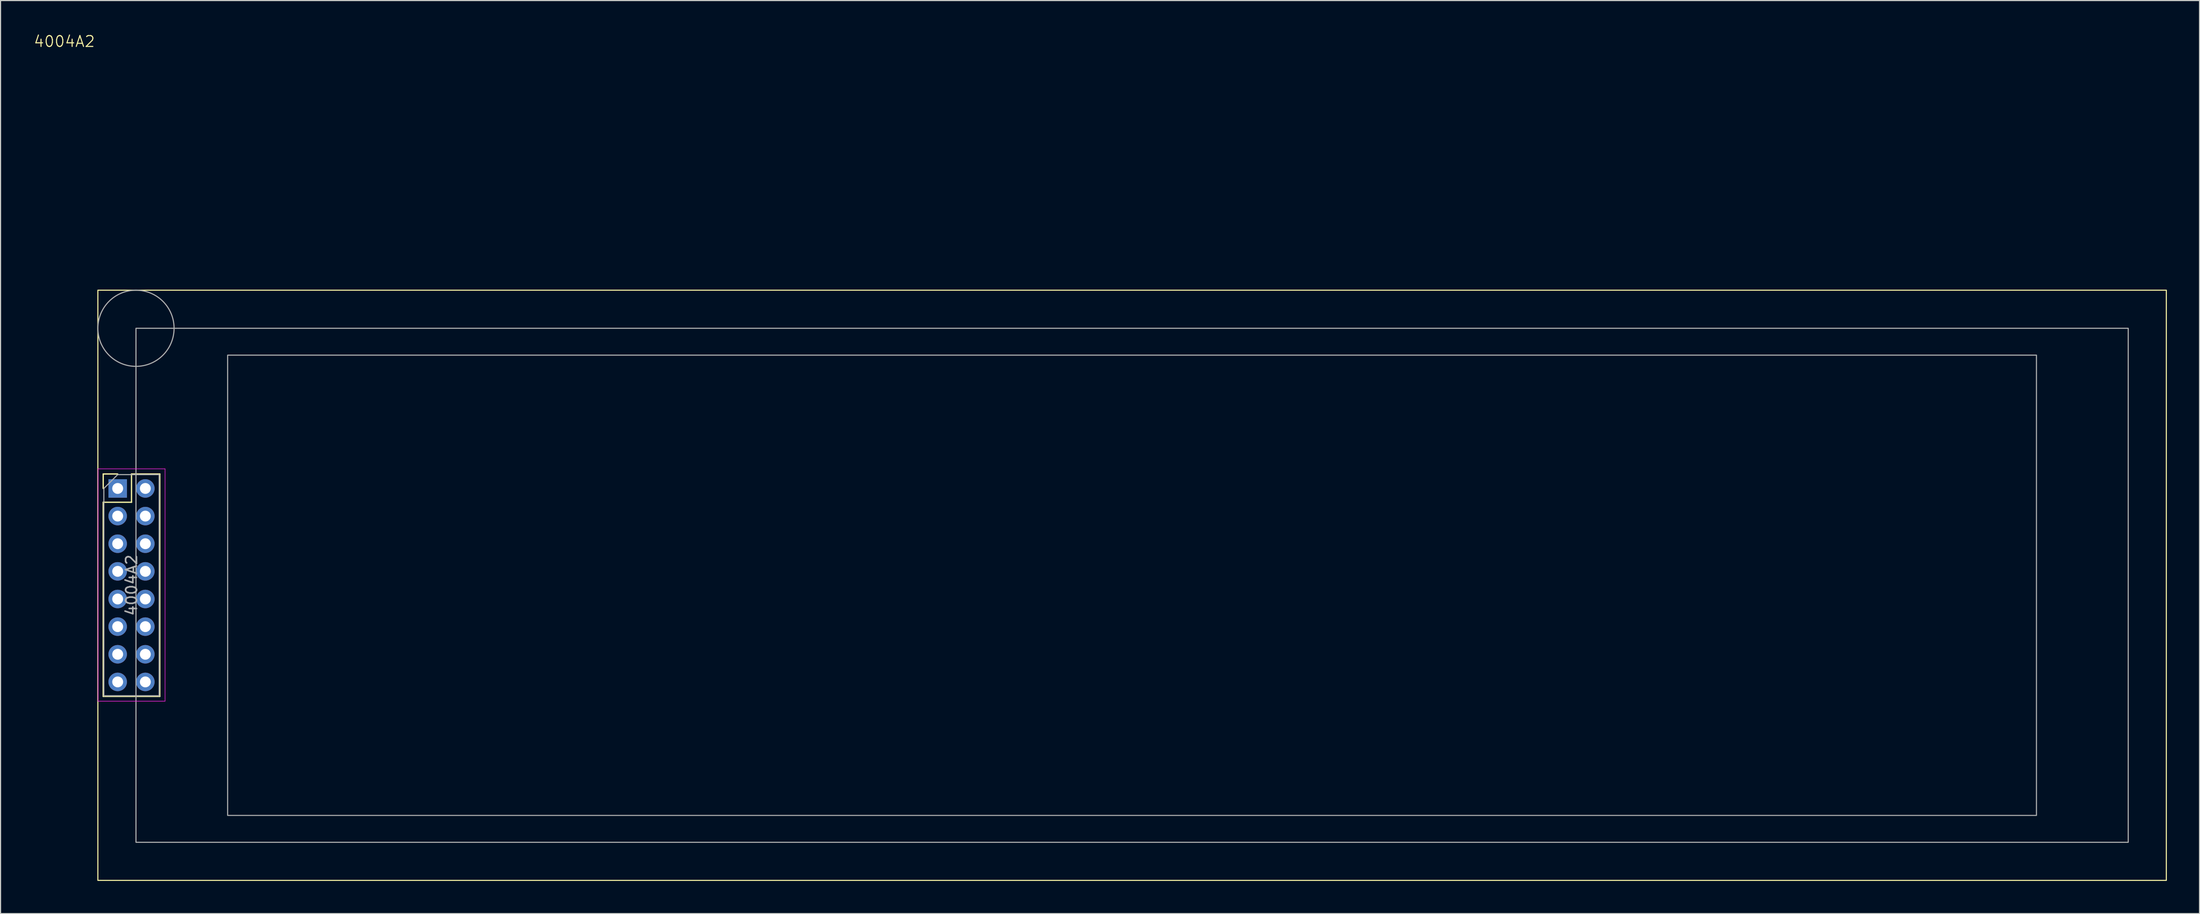
<source format=kicad_pcb>
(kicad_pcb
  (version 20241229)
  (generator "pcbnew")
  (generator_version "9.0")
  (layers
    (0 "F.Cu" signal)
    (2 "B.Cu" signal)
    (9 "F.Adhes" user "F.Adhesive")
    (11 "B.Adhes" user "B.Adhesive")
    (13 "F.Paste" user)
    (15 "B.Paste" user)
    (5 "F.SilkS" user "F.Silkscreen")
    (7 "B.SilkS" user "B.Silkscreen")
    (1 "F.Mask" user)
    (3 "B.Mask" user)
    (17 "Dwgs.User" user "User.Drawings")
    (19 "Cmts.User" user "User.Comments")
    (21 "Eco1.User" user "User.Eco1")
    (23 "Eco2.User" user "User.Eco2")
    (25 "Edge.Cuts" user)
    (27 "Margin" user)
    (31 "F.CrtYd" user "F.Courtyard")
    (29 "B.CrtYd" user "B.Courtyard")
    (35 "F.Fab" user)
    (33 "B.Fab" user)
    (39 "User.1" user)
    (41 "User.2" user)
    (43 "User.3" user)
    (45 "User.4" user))
  (footprint "4004A2"
    (layer "F.Cu")
    (at 5.94 23.62)
    (property "Reference" "4004A2" (at -3.08 -22.86 0) (unlocked yes) (layer "F.SilkS") (effects (font (size 1 1) (thickness 0.1))))
    (attr through_hole)
    (fp_line (start 0.49 16.89) (end 1.82 16.89) (stroke (width 0.12) (type solid)) (layer "F.SilkS"))
    (fp_line (start 0.49 18.22) (end 0.49 16.89) (stroke (width 0.12) (type solid)) (layer "F.SilkS"))
    (fp_line (start 0.49 19.49) (end 0.49 37.33) (stroke (width 0.12) (type solid)) (layer "F.SilkS"))
    (fp_line (start 0.49 19.49) (end 3.09 19.49) (stroke (width 0.12) (type solid)) (layer "F.SilkS"))
    (fp_line (start 0.49 37.33) (end 5.69 37.33) (stroke (width 0.12) (type solid)) (layer "F.SilkS"))
    (fp_line (start 3.09 16.89) (end 5.69 16.89) (stroke (width 0.12) (type solid)) (layer "F.SilkS"))
    (fp_line (start 3.09 19.49) (end 3.09 16.89) (stroke (width 0.12) (type solid)) (layer "F.SilkS"))
    (fp_line (start 5.69 16.89) (end 5.69 37.33) (stroke (width 0.12) (type solid)) (layer "F.SilkS"))
    (fp_rect (start 0 0) (end 190 54.24) (stroke (width 0.1) (type default)) (fill no) (layer "F.SilkS"))
    (fp_line (start 0.02 16.42) (end 0.02 37.77) (stroke (width 0.05) (type solid)) (layer "F.CrtYd"))
    (fp_line (start 0.02 37.77) (end 6.17 37.77) (stroke (width 0.05) (type solid)) (layer "F.CrtYd"))
    (fp_line (start 6.17 16.42) (end 0.02 16.42) (stroke (width 0.05) (type solid)) (layer "F.CrtYd"))
    (fp_line (start 6.17 37.77) (end 6.17 16.42) (stroke (width 0.05) (type solid)) (layer "F.CrtYd"))
    (fp_line (start 0.55 18.22) (end 1.82 16.95) (stroke (width 0.1) (type solid)) (layer "F.Fab"))
    (fp_line (start 0.55 37.27) (end 0.55 18.22) (stroke (width 0.1) (type solid)) (layer "F.Fab"))
    (fp_line (start 1.82 16.95) (end 5.63 16.95) (stroke (width 0.1) (type solid)) (layer "F.Fab"))
    (fp_line (start 5.63 16.95) (end 5.63 37.27) (stroke (width 0.1) (type solid)) (layer "F.Fab"))
    (fp_line (start 5.63 37.27) (end 0.55 37.27) (stroke (width 0.1) (type solid)) (layer "F.Fab"))
    (fp_rect (start 3.5 3.5) (end 186.5 50.74) (stroke (width 0.1) (type default)) (fill no) (layer "F.Fab"))
    (fp_rect (start 11.92 5.97) (end 178.07 48.27) (stroke (width 0.1) (type default)) (fill no) (layer "F.Fab"))
    (fp_circle (center 3.5 3.5) (end 7 3.5) (stroke (width 0.1) (type default)) (fill no) (layer "F.Fab"))
    (fp_text user "${REFERENCE}" (at 3.09 27.11 90) (layer "F.Fab") (effects (font (size 1 1) (thickness 0.15))))
    (pad "1" thru_hole rect (at 1.82 18.22) (size 1.7 1.7) (drill 1) (layers "*.Cu" "*.Mask"))
    (pad "2" thru_hole oval (at 4.36 18.22) (size 1.7 1.7) (drill 1) (layers "*.Cu" "*.Mask"))
    (pad "3" thru_hole oval (at 1.82 20.76) (size 1.7 1.7) (drill 1) (layers "*.Cu" "*.Mask"))
    (pad "4" thru_hole oval (at 4.36 20.76) (size 1.7 1.7) (drill 1) (layers "*.Cu" "*.Mask"))
    (pad "5" thru_hole oval (at 1.82 23.3) (size 1.7 1.7) (drill 1) (layers "*.Cu" "*.Mask"))
    (pad "6" thru_hole oval (at 4.36 23.3) (size 1.7 1.7) (drill 1) (layers "*.Cu" "*.Mask"))
    (pad "7" thru_hole oval (at 1.82 25.84) (size 1.7 1.7) (drill 1) (layers "*.Cu" "*.Mask"))
    (pad "8" thru_hole oval (at 4.36 25.84) (size 1.7 1.7) (drill 1) (layers "*.Cu" "*.Mask"))
    (pad "9" thru_hole oval (at 1.82 28.38) (size 1.7 1.7) (drill 1) (layers "*.Cu" "*.Mask"))
    (pad "10" thru_hole oval (at 4.36 28.38) (size 1.7 1.7) (drill 1) (layers "*.Cu" "*.Mask"))
    (pad "11" thru_hole oval (at 1.82 30.92) (size 1.7 1.7) (drill 1) (layers "*.Cu" "*.Mask"))
    (pad "12" thru_hole oval (at 4.36 30.92) (size 1.7 1.7) (drill 1) (layers "*.Cu" "*.Mask"))
    (pad "13" thru_hole oval (at 1.82 33.46) (size 1.7 1.7) (drill 1) (layers "*.Cu" "*.Mask"))
    (pad "14" thru_hole oval (at 4.36 33.46) (size 1.7 1.7) (drill 1) (layers "*.Cu" "*.Mask"))
    (pad "15" thru_hole oval (at 1.82 36) (size 1.7 1.7) (drill 1) (layers "*.Cu" "*.Mask"))
    (pad "16" thru_hole oval (at 4.36 36) (size 1.7 1.7) (drill 1) (layers "*.Cu" "*.Mask")))
  (gr_rect
    (start -3 -3)
    (end 198.99 80.91)
    (stroke (width 0.1) (type default))
    (fill no)
    (layer "Edge.Cuts")))
</source>
